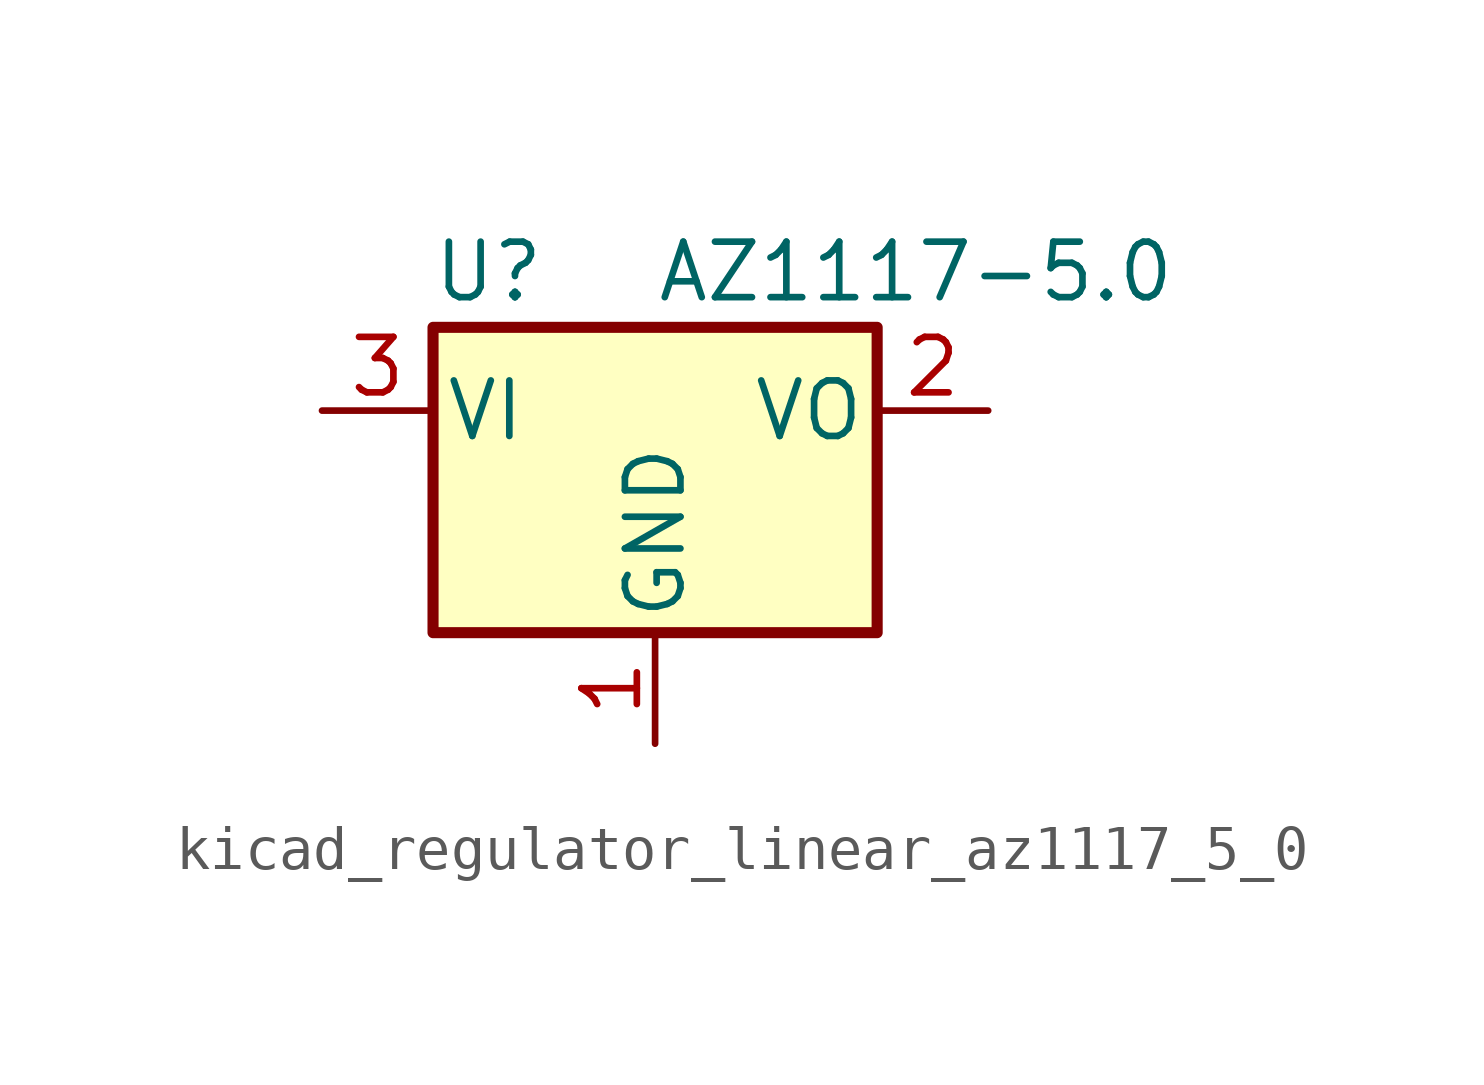
<source format=kicad_sym>
(kicad_symbol_lib
  (version 20220914)
  (generator kicad_symbol_editor)
  (symbol "kicad_regulator_linear_az1117_5_0"
    (pin_names
      (offset 0.254))
    (property "Reference" "U"
      (at -3.81 3.175 0)
      (effects (font (size 1.27 1.27))))
    (property "Value" "AZ1117-5.0"
      (at 0 3.175 0)
      (effects (font (size 1.27 1.27)) (justify left)))
    (symbol "kicad_regulator_linear_az1117_5_0_0_1"
      (rectangle (start -5.08 1.905) (end 5.08 -5.08) (stroke (width 0.254) (type default)) (fill (type background))))
    (symbol "kicad_regulator_linear_az1117_5_0_1_1"
      (pin power_in line (at 0 -7.62 90) (length 2.54) (name "GND" (effects (font (size 1.27 1.27)))) (number "1" (effects (font (size 1.27 1.27)))))
      (pin power_out line (at 7.62 0 180) (length 2.54) (name "VO" (effects (font (size 1.27 1.27)))) (number "2" (effects (font (size 1.27 1.27)))))
      (pin power_in line (at -7.62 0 0) (length 2.54) (name "VI" (effects (font (size 1.27 1.27)))) (number "3" (effects (font (size 1.27 1.27))))))))
</source>
